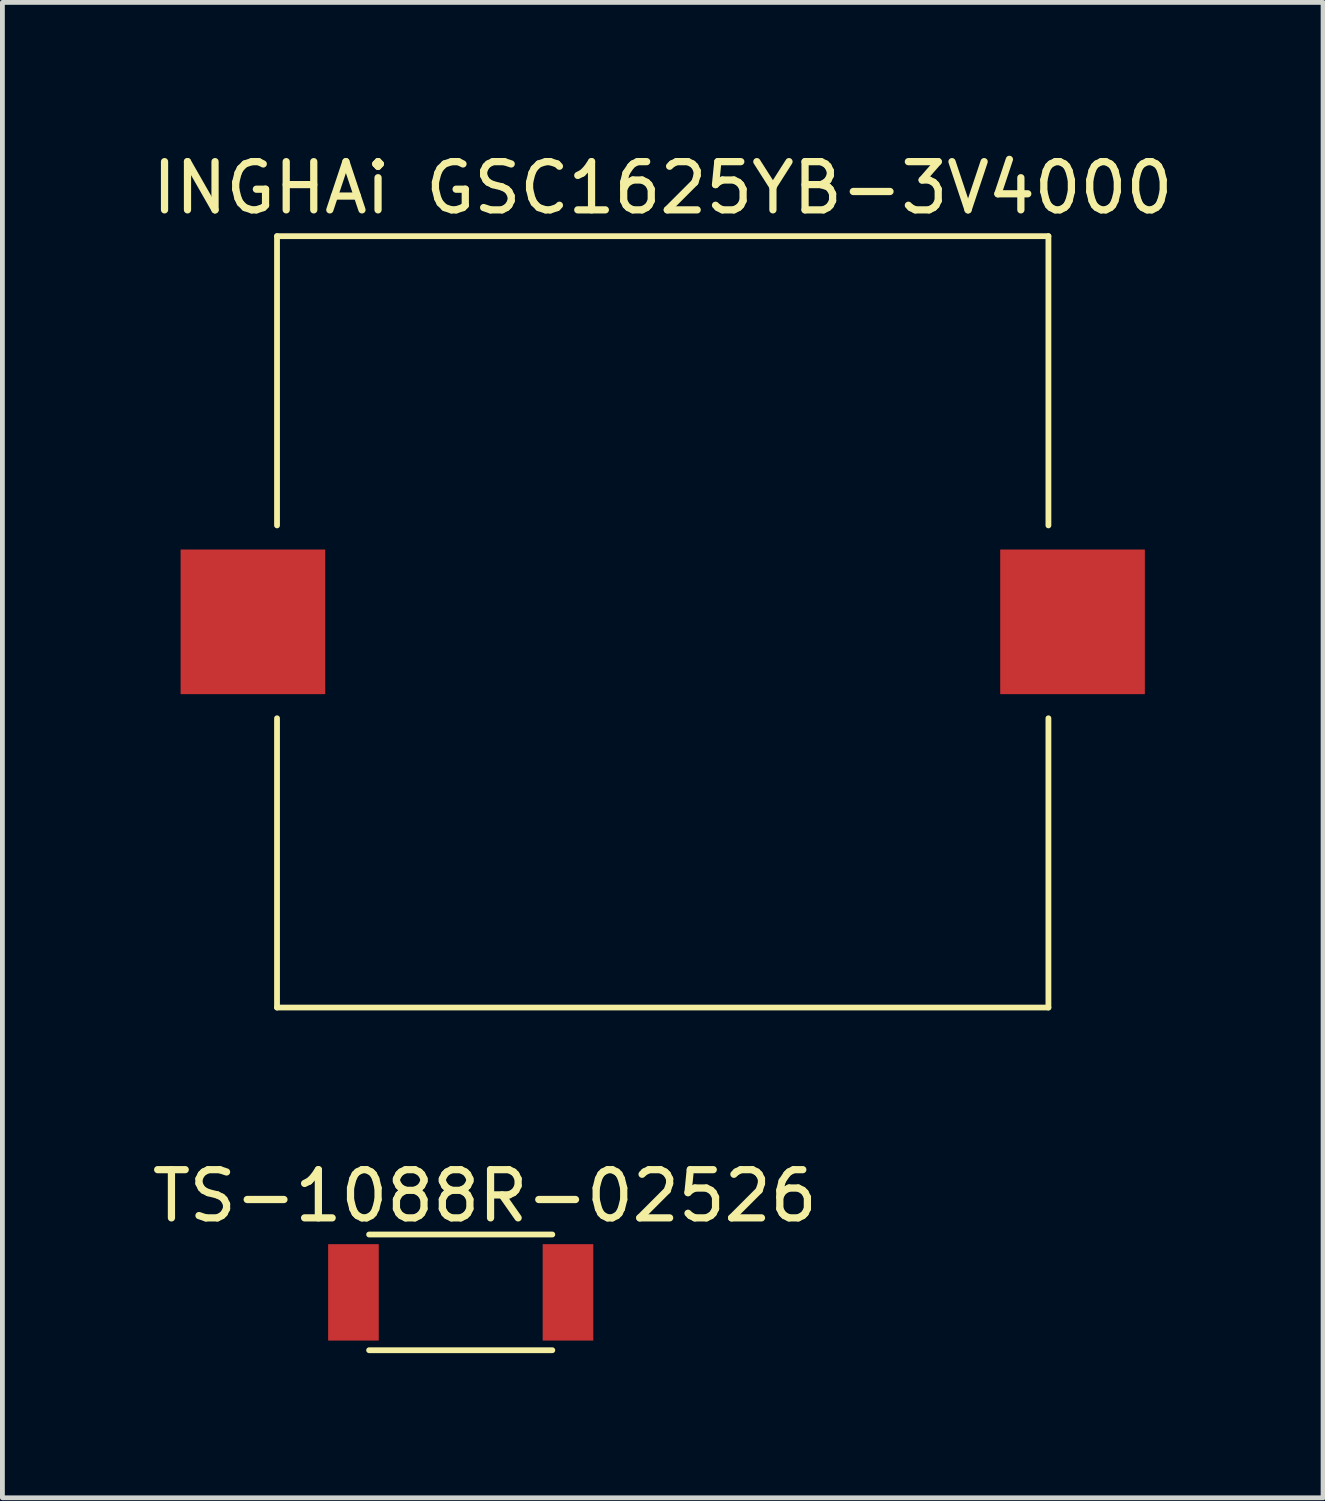
<source format=kicad_pcb>
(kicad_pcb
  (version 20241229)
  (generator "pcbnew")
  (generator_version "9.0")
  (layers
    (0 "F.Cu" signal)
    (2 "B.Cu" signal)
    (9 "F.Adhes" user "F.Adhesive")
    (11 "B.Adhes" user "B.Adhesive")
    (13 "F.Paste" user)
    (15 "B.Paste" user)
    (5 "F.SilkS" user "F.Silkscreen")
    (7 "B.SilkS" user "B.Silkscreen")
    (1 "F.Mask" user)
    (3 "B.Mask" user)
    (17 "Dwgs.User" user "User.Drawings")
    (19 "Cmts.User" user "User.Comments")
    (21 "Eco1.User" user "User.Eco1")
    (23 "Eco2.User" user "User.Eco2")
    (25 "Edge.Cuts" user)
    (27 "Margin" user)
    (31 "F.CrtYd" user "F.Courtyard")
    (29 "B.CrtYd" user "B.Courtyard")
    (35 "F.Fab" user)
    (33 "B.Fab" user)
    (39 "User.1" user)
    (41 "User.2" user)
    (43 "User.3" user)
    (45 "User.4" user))
  (footprint "TS-1088R-02526"
    (layer "F.Cu")
    (at 6.506 23.756)
    (property "Reference" "TS-1088R-02526" (at 0.5 -2 0) (layer "F.SilkS") (effects (font (size 1 1) (thickness 0.15))))
    (attr through_hole)
    (fp_line (start -1.9 -1.2) (end 1.9 -1.2) (stroke (width 0.12) (type solid)) (layer "F.SilkS"))
    (fp_line (start 1.9 1.2) (end -1.9 1.2) (stroke (width 0.12) (type solid)) (layer "F.SilkS"))
    (pad "1" smd rect (at -2.225 0) (size 1.05 2) (layers "F.Cu" "F.Mask" "F.Paste"))
    (pad "2" smd rect (at 2.225 0) (size 1.05 2) (layers "F.Cu" "F.Mask" "F.Paste")))
  (footprint "INGHAi GSC1625YB-3V4000"
    (layer "F.Cu")
    (at 10.696 9.848)
    (property "Reference" "INGHAi GSC1625YB-3V4000" (at 0 -9 0) (layer "F.SilkS") (effects (font (size 1 1) (thickness 0.15))))
    (attr through_hole)
    (fp_line (start -8 -8) (end 8 -8) (stroke (width 0.12) (type solid)) (layer "F.SilkS"))
    (fp_line (start -8 -2) (end -8 -8) (stroke (width 0.12) (type solid)) (layer "F.SilkS"))
    (fp_line (start -8 2) (end -8 8) (stroke (width 0.12) (type solid)) (layer "F.SilkS"))
    (fp_line (start 8 -2) (end 8 -8) (stroke (width 0.12) (type solid)) (layer "F.SilkS"))
    (fp_line (start 8 2) (end 8 8) (stroke (width 0.12) (type solid)) (layer "F.SilkS"))
    (fp_line (start 8 8) (end -8 8) (stroke (width 0.12) (type solid)) (layer "F.SilkS"))
    (pad "1" smd rect (at 8.5 0) (size 3 3) (layers "F.Cu" "F.Mask" "F.Paste"))
    (pad "2" smd rect (at -8.5 0) (size 3 3) (layers "F.Cu" "F.Mask" "F.Paste")))
  (gr_rect
    (start -3 -3)
    (end 24.393 28.017)
    (stroke (width 0.1) (type default))
    (fill no)
    (layer "Edge.Cuts")))
</source>
